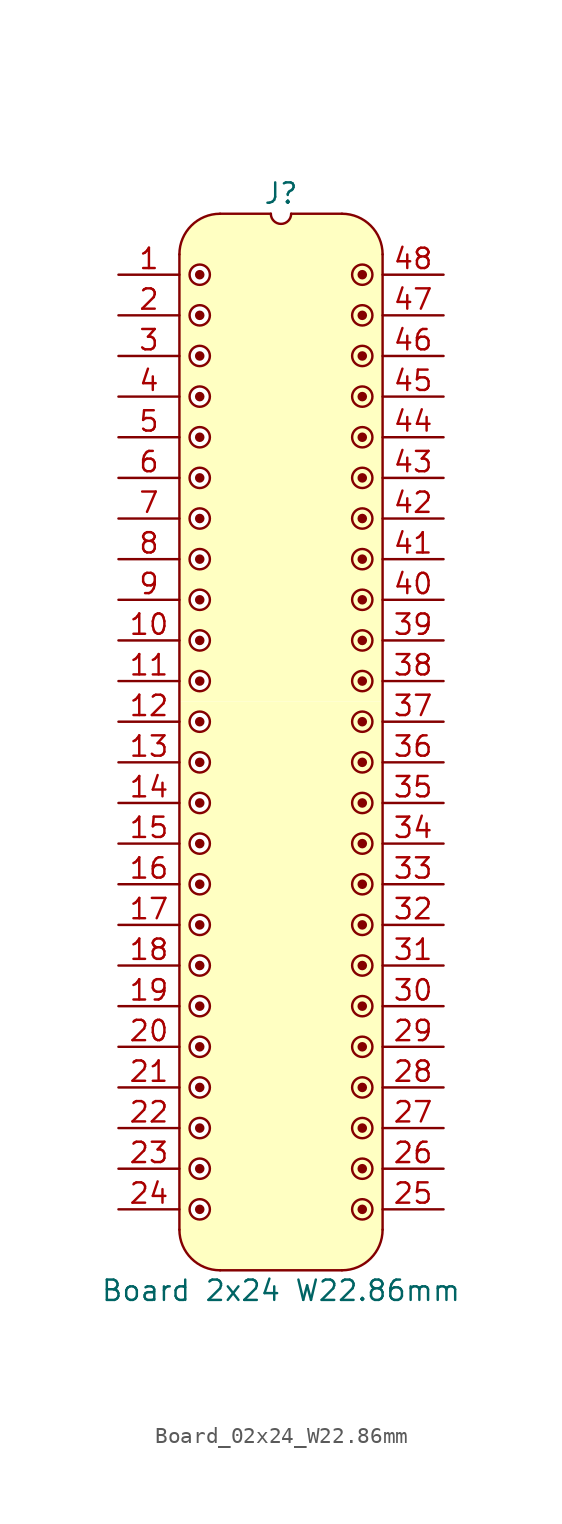
<source format=kicad_sym>
(kicad_symbol_lib
  (version 20241209)
  (generator "kicad_symbol_editor")
  (generator_version "9.0")
  (symbol "Board_02x24_W22.86mm"
    (pin_names
      (offset 1.016)
      (hide yes))
    (property "Reference" "J"
      (at 0 5.08 0)
      (effects (font (size 1.27 1.27))))
    (property "Value" "Board 2x24 W22.86mm"
      (at 0 -63.5 0)
      (effects (font (size 1.27 1.27))))
    (symbol "Board_02x24_W22.86mm_0_1"
      (polyline (pts (xy -6.35 1.27) (xy -6.35 -59.69)) (stroke (width 0) (type default)) (fill (type none)))
      (arc (start -3.8102 -62.2298) (mid -5.6063 -61.4859) (end -6.3502 -59.6898) (stroke (width 0) (type default)) (fill (type none)))
      (arc (start -6.35 1.27) (mid -5.6061 3.0661) (end -3.81 3.81) (stroke (width 0) (type default)) (fill (type none)))
      (polyline (pts (xy -3.81 3.81) (xy -0.635 3.81)) (stroke (width 0) (type default)) (fill (type none)))
      (arc (start 0.635 3.81) (mid 0 3.175) (end -0.635 3.81) (stroke (width 0) (type default)) (fill (type none)))
      (polyline (pts (xy 0.635 3.81) (xy 3.81 3.81)) (stroke (width 0) (type default)) (fill (type none)))
      (polyline (pts (xy 3.81 -62.23) (xy -3.81 -62.23)) (stroke (width 0) (type default)) (fill (type none)))
      (arc (start 3.81 3.81) (mid 5.6061 3.0661) (end 6.35 1.27) (stroke (width 0) (type default)) (fill (type none)))
      (arc (start 6.3498 -59.6898) (mid 5.6059 -61.4859) (end 3.8098 -62.2298) (stroke (width 0) (type default)) (fill (type none)))
      (polyline (pts (xy 6.35 -59.69) (xy 6.35 1.27)) (stroke (width 0) (type default)) (fill (type none))))
    (symbol "Board_02x24_W22.86mm_1_1"
      (polyline (pts (xy -6.35 1.27) (xy -6.096 2.286) (xy -5.588 3.048) (xy -4.826 3.556) (xy -4.064 3.81) (xy -0.762 3.81) (xy -0.508 3.302) (xy 0 3.048) (xy 0 -26.67) (xy -6.35 -26.67) (xy -6.35 1.27)) (stroke (width -0.0001) (type solid)) (fill (type background)))
      (polyline (pts (xy -6.35 -26.67) (xy 0 -26.67) (xy 0 -62.23) (xy -3.81 -62.23) (xy -4.826 -61.976) (xy -5.588 -61.468) (xy -6.096 -60.706) (xy -6.35 -59.69)) (stroke (width -0.0001) (type solid)) (fill (type background)))
      (circle (center -5.08 0) (radius 0.0001) (stroke (width 0.3) (type solid)) (fill (type none)))
      (circle (center -5.08 0) (radius 0.635) (stroke (width 0) (type solid)) (fill (type color) (color 255 255 255 1)))
      (circle (center -5.08 -2.54) (radius 0.0001) (stroke (width 0.3) (type solid)) (fill (type none)))
      (circle (center -5.08 -2.54) (radius 0.635) (stroke (width 0) (type solid)) (fill (type color) (color 255 255 255 1)))
      (circle (center -5.08 -5.08) (radius 0.0001) (stroke (width 0.3) (type solid)) (fill (type none)))
      (circle (center -5.08 -5.08) (radius 0.635) (stroke (width 0) (type solid)) (fill (type color) (color 255 255 255 1)))
      (circle (center -5.08 -7.62) (radius 0.0001) (stroke (width 0.3) (type solid)) (fill (type none)))
      (circle (center -5.08 -7.62) (radius 0.635) (stroke (width 0) (type solid)) (fill (type color) (color 255 255 255 1)))
      (circle (center -5.08 -10.16) (radius 0.0001) (stroke (width 0.3) (type solid)) (fill (type none)))
      (circle (center -5.08 -10.16) (radius 0.635) (stroke (width 0) (type solid)) (fill (type color) (color 255 255 255 1)))
      (circle (center -5.08 -12.7) (radius 0.0001) (stroke (width 0.3) (type solid)) (fill (type none)))
      (circle (center -5.08 -12.7) (radius 0.635) (stroke (width 0) (type solid)) (fill (type color) (color 255 255 255 1)))
      (circle (center -5.08 -15.24) (radius 0.0001) (stroke (width 0.3) (type solid)) (fill (type none)))
      (circle (center -5.08 -15.24) (radius 0.635) (stroke (width 0) (type solid)) (fill (type color) (color 255 255 255 1)))
      (circle (center -5.08 -17.78) (radius 0.0001) (stroke (width 0.3) (type solid)) (fill (type none)))
      (circle (center -5.08 -17.78) (radius 0.635) (stroke (width 0) (type solid)) (fill (type color) (color 255 255 255 1)))
      (circle (center -5.08 -20.32) (radius 0.0001) (stroke (width 0.3) (type solid)) (fill (type none)))
      (circle (center -5.08 -20.32) (radius 0.635) (stroke (width 0) (type solid)) (fill (type color) (color 255 255 255 1)))
      (circle (center -5.08 -22.86) (radius 0.0001) (stroke (width 0.3) (type solid)) (fill (type none)))
      (circle (center -5.08 -22.86) (radius 0.635) (stroke (width 0) (type solid)) (fill (type color) (color 255 255 255 1)))
      (circle (center -5.08 -25.4) (radius 0.0001) (stroke (width 0.3) (type solid)) (fill (type none)))
      (circle (center -5.08 -25.4) (radius 0.635) (stroke (width 0) (type solid)) (fill (type color) (color 255 255 255 1)))
      (circle (center -5.08 -27.94) (radius 0.0001) (stroke (width 0.3) (type solid)) (fill (type none)))
      (circle (center -5.08 -27.94) (radius 0.635) (stroke (width 0) (type solid)) (fill (type color) (color 255 255 255 1)))
      (circle (center -5.08 -30.48) (radius 0.0001) (stroke (width 0.3) (type solid)) (fill (type none)))
      (circle (center -5.08 -30.48) (radius 0.635) (stroke (width 0) (type solid)) (fill (type color) (color 255 255 255 1)))
      (circle (center -5.08 -33.02) (radius 0.0001) (stroke (width 0.3) (type solid)) (fill (type none)))
      (circle (center -5.08 -33.02) (radius 0.635) (stroke (width 0) (type solid)) (fill (type color) (color 255 255 255 1)))
      (circle (center -5.08 -35.56) (radius 0.0001) (stroke (width 0.3) (type solid)) (fill (type none)))
      (circle (center -5.08 -35.56) (radius 0.635) (stroke (width 0) (type solid)) (fill (type color) (color 255 255 255 1)))
      (circle (center -5.08 -38.1) (radius 0.0001) (stroke (width 0.3) (type solid)) (fill (type none)))
      (circle (center -5.08 -38.1) (radius 0.635) (stroke (width 0) (type solid)) (fill (type color) (color 255 255 255 1)))
      (circle (center -5.08 -40.64) (radius 0.0001) (stroke (width 0.3) (type solid)) (fill (type none)))
      (circle (center -5.08 -40.64) (radius 0.635) (stroke (width 0) (type solid)) (fill (type color) (color 255 255 255 1)))
      (circle (center -5.08 -43.18) (radius 0.0001) (stroke (width 0.3) (type solid)) (fill (type none)))
      (circle (center -5.08 -43.18) (radius 0.635) (stroke (width 0) (type solid)) (fill (type color) (color 255 255 255 1)))
      (circle (center -5.08 -45.72) (radius 0.0001) (stroke (width 0.3) (type solid)) (fill (type none)))
      (circle (center -5.08 -45.72) (radius 0.635) (stroke (width 0) (type solid)) (fill (type color) (color 255 255 255 1)))
      (circle (center -5.08 -48.26) (radius 0.0001) (stroke (width 0.3) (type solid)) (fill (type none)))
      (circle (center -5.08 -48.26) (radius 0.635) (stroke (width 0) (type solid)) (fill (type color) (color 255 255 255 1)))
      (circle (center -5.08 -50.8) (radius 0.0001) (stroke (width 0.3) (type solid)) (fill (type none)))
      (circle (center -5.08 -50.8) (radius 0.635) (stroke (width 0) (type solid)) (fill (type color) (color 255 255 255 1)))
      (circle (center -5.08 -53.34) (radius 0.0001) (stroke (width 0.3) (type solid)) (fill (type none)))
      (circle (center -5.08 -53.34) (radius 0.635) (stroke (width 0) (type solid)) (fill (type color) (color 255 255 255 1)))
      (circle (center -5.08 -55.88) (radius 0.0001) (stroke (width 0.3) (type solid)) (fill (type none)))
      (circle (center -5.08 -55.88) (radius 0.635) (stroke (width 0) (type solid)) (fill (type color) (color 255 255 255 1)))
      (circle (center -5.08 -58.42) (radius 0.0001) (stroke (width 0.3) (type solid)) (fill (type none)))
      (circle (center -5.08 -58.42) (radius 0.635) (stroke (width 0) (type solid)) (fill (type color) (color 255 255 255 1)))
      (circle (center 5.08 0) (radius 0.0001) (stroke (width 0.3) (type solid)) (fill (type none)))
      (circle (center 5.08 0) (radius 0.635) (stroke (width 0) (type solid)) (fill (type color) (color 255 255 255 1)))
      (circle (center 5.08 -2.54) (radius 0.0001) (stroke (width 0.3) (type solid)) (fill (type none)))
      (circle (center 5.08 -2.54) (radius 0.635) (stroke (width 0) (type solid)) (fill (type color) (color 255 255 255 1)))
      (circle (center 5.08 -5.08) (radius 0.0001) (stroke (width 0.3) (type solid)) (fill (type none)))
      (circle (center 5.08 -5.08) (radius 0.635) (stroke (width 0) (type solid)) (fill (type color) (color 255 255 255 1)))
      (circle (center 5.08 -7.62) (radius 0.0001) (stroke (width 0.3) (type solid)) (fill (type none)))
      (circle (center 5.08 -7.62) (radius 0.635) (stroke (width 0) (type solid)) (fill (type color) (color 255 255 255 1)))
      (circle (center 5.08 -10.16) (radius 0.0001) (stroke (width 0.3) (type solid)) (fill (type none)))
      (circle (center 5.08 -10.16) (radius 0.635) (stroke (width 0) (type solid)) (fill (type color) (color 255 255 255 1)))
      (circle (center 5.08 -12.7) (radius 0.0001) (stroke (width 0.3) (type solid)) (fill (type none)))
      (circle (center 5.08 -12.7) (radius 0.635) (stroke (width 0) (type solid)) (fill (type color) (color 255 255 255 1)))
      (circle (center 5.08 -15.24) (radius 0.0001) (stroke (width 0.3) (type solid)) (fill (type none)))
      (circle (center 5.08 -15.24) (radius 0.635) (stroke (width 0) (type solid)) (fill (type color) (color 255 255 255 1)))
      (circle (center 5.08 -17.78) (radius 0.0001) (stroke (width 0.3) (type solid)) (fill (type none)))
      (circle (center 5.08 -17.78) (radius 0.635) (stroke (width 0) (type solid)) (fill (type color) (color 255 255 255 1)))
      (circle (center 5.08 -20.32) (radius 0.0001) (stroke (width 0.3) (type solid)) (fill (type none)))
      (circle (center 5.08 -20.32) (radius 0.635) (stroke (width 0) (type solid)) (fill (type color) (color 255 255 255 1)))
      (circle (center 5.08 -22.86) (radius 0.0001) (stroke (width 0.3) (type solid)) (fill (type none)))
      (circle (center 5.08 -22.86) (radius 0.635) (stroke (width 0) (type solid)) (fill (type color) (color 255 255 255 1)))
      (circle (center 5.08 -25.4) (radius 0.0001) (stroke (width 0.3) (type solid)) (fill (type none)))
      (circle (center 5.08 -25.4) (radius 0.635) (stroke (width 0) (type solid)) (fill (type color) (color 255 255 255 1)))
      (circle (center 5.08 -27.94) (radius 0.0001) (stroke (width 0.3) (type solid)) (fill (type none)))
      (circle (center 5.08 -27.94) (radius 0.635) (stroke (width 0) (type solid)) (fill (type color) (color 255 255 255 1)))
      (circle (center 5.08 -30.48) (radius 0.0001) (stroke (width 0.3) (type solid)) (fill (type none)))
      (circle (center 5.08 -30.48) (radius 0.635) (stroke (width 0) (type solid)) (fill (type color) (color 255 255 255 1)))
      (circle (center 5.08 -33.02) (radius 0.0001) (stroke (width 0.3) (type solid)) (fill (type none)))
      (circle (center 5.08 -33.02) (radius 0.635) (stroke (width 0) (type solid)) (fill (type color) (color 255 255 255 1)))
      (circle (center 5.08 -35.56) (radius 0.0001) (stroke (width 0.3) (type solid)) (fill (type none)))
      (circle (center 5.08 -35.56) (radius 0.635) (stroke (width 0) (type solid)) (fill (type color) (color 255 255 255 1)))
      (circle (center 5.08 -38.1) (radius 0.0001) (stroke (width 0.3) (type solid)) (fill (type none)))
      (circle (center 5.08 -38.1) (radius 0.635) (stroke (width 0) (type solid)) (fill (type color) (color 255 255 255 1)))
      (circle (center 5.08 -40.64) (radius 0.0001) (stroke (width 0.3) (type solid)) (fill (type none)))
      (circle (center 5.08 -40.64) (radius 0.635) (stroke (width 0) (type solid)) (fill (type color) (color 255 255 255 1)))
      (circle (center 5.08 -43.18) (radius 0.0001) (stroke (width 0.3) (type solid)) (fill (type none)))
      (circle (center 5.08 -43.18) (radius 0.635) (stroke (width 0) (type solid)) (fill (type color) (color 255 255 255 1)))
      (circle (center 5.08 -45.72) (radius 0.0001) (stroke (width 0.3) (type solid)) (fill (type none)))
      (circle (center 5.08 -45.72) (radius 0.635) (stroke (width 0) (type solid)) (fill (type color) (color 255 255 255 1)))
      (circle (center 5.08 -48.26) (radius 0.0001) (stroke (width 0.3) (type solid)) (fill (type none)))
      (circle (center 5.08 -48.26) (radius 0.635) (stroke (width 0) (type solid)) (fill (type color) (color 255 255 255 1)))
      (circle (center 5.08 -50.8) (radius 0.0001) (stroke (width 0.3) (type solid)) (fill (type none)))
      (circle (center 5.08 -50.8) (radius 0.635) (stroke (width 0) (type solid)) (fill (type color) (color 255 255 255 1)))
      (circle (center 5.08 -53.34) (radius 0.0001) (stroke (width 0.3) (type solid)) (fill (type none)))
      (circle (center 5.08 -53.34) (radius 0.635) (stroke (width 0) (type solid)) (fill (type color) (color 255 255 255 1)))
      (circle (center 5.08 -55.88) (radius 0.0001) (stroke (width 0.3) (type solid)) (fill (type none)))
      (circle (center 5.08 -55.88) (radius 0.635) (stroke (width 0) (type solid)) (fill (type color) (color 255 255 255 1)))
      (circle (center 5.08 -58.42) (radius 0.0001) (stroke (width 0.3) (type solid)) (fill (type none)))
      (circle (center 5.08 -58.42) (radius 0.635) (stroke (width 0) (type solid)) (fill (type color) (color 255 255 255 1)))
      (polyline (pts (xy 6.35 1.27) (xy 6.096 2.286) (xy 5.588 3.048) (xy 4.826 3.556) (xy 4.064 3.81) (xy 0.762 3.81) (xy 0.508 3.302) (xy 0 3.048) (xy 0 -26.67) (xy 6.35 -26.67) (xy 6.35 1.27)) (stroke (width -0.0001) (type solid)) (fill (type background)))
      (polyline (pts (xy 6.35 -26.67) (xy 0 -26.67) (xy 0 -62.23) (xy 3.81 -62.23) (xy 4.826 -61.976) (xy 5.588 -61.468) (xy 6.096 -60.706) (xy 6.35 -59.69)) (stroke (width -0.0001) (type solid)) (fill (type background)))
      (pin passive line (at -10.16 0 0) (length 3.81) (name "" (effects (font (size 1.27 1.27)))) (number "1" (effects (font (size 1.27 1.27)))))
      (pin passive line (at -10.16 -2.54 0) (length 3.81) (name "" (effects (font (size 1.27 1.27)))) (number "2" (effects (font (size 1.27 1.27)))))
      (pin passive line (at -10.16 -5.08 0) (length 3.81) (name "" (effects (font (size 1.27 1.27)))) (number "3" (effects (font (size 1.27 1.27)))))
      (pin passive line (at -10.16 -7.62 0) (length 3.81) (name "" (effects (font (size 1.27 1.27)))) (number "4" (effects (font (size 1.27 1.27)))))
      (pin passive line (at -10.16 -10.16 0) (length 3.81) (name "" (effects (font (size 1.27 1.27)))) (number "5" (effects (font (size 1.27 1.27)))))
      (pin passive line (at -10.16 -12.7 0) (length 3.81) (name "" (effects (font (size 1.27 1.27)))) (number "6" (effects (font (size 1.27 1.27)))))
      (pin passive line (at -10.16 -15.24 0) (length 3.81) (name "" (effects (font (size 1.27 1.27)))) (number "7" (effects (font (size 1.27 1.27)))))
      (pin passive line (at -10.16 -17.78 0) (length 3.81) (name "" (effects (font (size 1.27 1.27)))) (number "8" (effects (font (size 1.27 1.27)))))
      (pin passive line (at -10.16 -20.32 0) (length 3.81) (name "" (effects (font (size 1.27 1.27)))) (number "9" (effects (font (size 1.27 1.27)))))
      (pin passive line (at -10.16 -22.86 0) (length 3.81) (name "" (effects (font (size 1.27 1.27)))) (number "10" (effects (font (size 1.27 1.27)))))
      (pin passive line (at -10.16 -25.4 0) (length 3.81) (name "" (effects (font (size 1.27 1.27)))) (number "11" (effects (font (size 1.27 1.27)))))
      (pin passive line (at -10.16 -27.94 0) (length 3.81) (name "" (effects (font (size 1.27 1.27)))) (number "12" (effects (font (size 1.27 1.27)))))
      (pin passive line (at -10.16 -30.48 0) (length 3.81) (name "" (effects (font (size 1.27 1.27)))) (number "13" (effects (font (size 1.27 1.27)))))
      (pin passive line (at -10.16 -33.02 0) (length 3.81) (name "" (effects (font (size 1.27 1.27)))) (number "14" (effects (font (size 1.27 1.27)))))
      (pin passive line (at -10.16 -35.56 0) (length 3.81) (name "" (effects (font (size 1.27 1.27)))) (number "15" (effects (font (size 1.27 1.27)))))
      (pin passive line (at -10.16 -38.1 0) (length 3.81) (name "" (effects (font (size 1.27 1.27)))) (number "16" (effects (font (size 1.27 1.27)))))
      (pin passive line (at -10.16 -40.64 0) (length 3.81) (name "" (effects (font (size 1.27 1.27)))) (number "17" (effects (font (size 1.27 1.27)))))
      (pin passive line (at -10.16 -43.18 0) (length 3.81) (name "" (effects (font (size 1.27 1.27)))) (number "18" (effects (font (size 1.27 1.27)))))
      (pin passive line (at -10.16 -45.72 0) (length 3.81) (name "" (effects (font (size 1.27 1.27)))) (number "19" (effects (font (size 1.27 1.27)))))
      (pin passive line (at -10.16 -48.26 0) (length 3.81) (name "" (effects (font (size 1.27 1.27)))) (number "20" (effects (font (size 1.27 1.27)))))
      (pin passive line (at -10.16 -50.8 0) (length 3.81) (name "" (effects (font (size 1.27 1.27)))) (number "21" (effects (font (size 1.27 1.27)))))
      (pin passive line (at -10.16 -53.34 0) (length 3.81) (name "" (effects (font (size 1.27 1.27)))) (number "22" (effects (font (size 1.27 1.27)))))
      (pin passive line (at -10.16 -55.88 0) (length 3.81) (name "" (effects (font (size 1.27 1.27)))) (number "23" (effects (font (size 1.27 1.27)))))
      (pin passive line (at -10.16 -58.42 0) (length 3.81) (name "" (effects (font (size 1.27 1.27)))) (number "24" (effects (font (size 1.27 1.27)))))
      (pin passive line (at 10.16 0 180) (length 3.81) (name "" (effects (font (size 1.27 1.27)))) (number "48" (effects (font (size 1.27 1.27)))))
      (pin passive line (at 10.16 -2.54 180) (length 3.81) (name "" (effects (font (size 1.27 1.27)))) (number "47" (effects (font (size 1.27 1.27)))))
      (pin passive line (at 10.16 -5.08 180) (length 3.81) (name "" (effects (font (size 1.27 1.27)))) (number "46" (effects (font (size 1.27 1.27)))))
      (pin passive line (at 10.16 -7.62 180) (length 3.81) (name "" (effects (font (size 1.27 1.27)))) (number "45" (effects (font (size 1.27 1.27)))))
      (pin passive line (at 10.16 -10.16 180) (length 3.81) (name "" (effects (font (size 1.27 1.27)))) (number "44" (effects (font (size 1.27 1.27)))))
      (pin passive line (at 10.16 -12.7 180) (length 3.81) (name "" (effects (font (size 1.27 1.27)))) (number "43" (effects (font (size 1.27 1.27)))))
      (pin passive line (at 10.16 -15.24 180) (length 3.81) (name "" (effects (font (size 1.27 1.27)))) (number "42" (effects (font (size 1.27 1.27)))))
      (pin passive line (at 10.16 -17.78 180) (length 3.81) (name "" (effects (font (size 1.27 1.27)))) (number "41" (effects (font (size 1.27 1.27)))))
      (pin passive line (at 10.16 -20.32 180) (length 3.81) (name "" (effects (font (size 1.27 1.27)))) (number "40" (effects (font (size 1.27 1.27)))))
      (pin passive line (at 10.16 -22.86 180) (length 3.81) (name "" (effects (font (size 1.27 1.27)))) (number "39" (effects (font (size 1.27 1.27)))))
      (pin passive line (at 10.16 -25.4 180) (length 3.81) (name "" (effects (font (size 1.27 1.27)))) (number "38" (effects (font (size 1.27 1.27)))))
      (pin passive line (at 10.16 -27.94 180) (length 3.81) (name "" (effects (font (size 1.27 1.27)))) (number "37" (effects (font (size 1.27 1.27)))))
      (pin passive line (at 10.16 -30.48 180) (length 3.81) (name "" (effects (font (size 1.27 1.27)))) (number "36" (effects (font (size 1.27 1.27)))))
      (pin passive line (at 10.16 -33.02 180) (length 3.81) (name "" (effects (font (size 1.27 1.27)))) (number "35" (effects (font (size 1.27 1.27)))))
      (pin passive line (at 10.16 -35.56 180) (length 3.81) (name "" (effects (font (size 1.27 1.27)))) (number "34" (effects (font (size 1.27 1.27)))))
      (pin passive line (at 10.16 -38.1 180) (length 3.81) (name "" (effects (font (size 1.27 1.27)))) (number "33" (effects (font (size 1.27 1.27)))))
      (pin passive line (at 10.16 -40.64 180) (length 3.81) (name "" (effects (font (size 1.27 1.27)))) (number "32" (effects (font (size 1.27 1.27)))))
      (pin passive line (at 10.16 -43.18 180) (length 3.81) (name "" (effects (font (size 1.27 1.27)))) (number "31" (effects (font (size 1.27 1.27)))))
      (pin passive line (at 10.16 -45.72 180) (length 3.81) (name "" (effects (font (size 1.27 1.27)))) (number "30" (effects (font (size 1.27 1.27)))))
      (pin passive line (at 10.16 -48.26 180) (length 3.81) (name "" (effects (font (size 1.27 1.27)))) (number "29" (effects (font (size 1.27 1.27)))))
      (pin passive line (at 10.16 -50.8 180) (length 3.81) (name "" (effects (font (size 1.27 1.27)))) (number "28" (effects (font (size 1.27 1.27)))))
      (pin passive line (at 10.16 -53.34 180) (length 3.81) (name "" (effects (font (size 1.27 1.27)))) (number "27" (effects (font (size 1.27 1.27)))))
      (pin passive line (at 10.16 -55.88 180) (length 3.81) (name "" (effects (font (size 1.27 1.27)))) (number "26" (effects (font (size 1.27 1.27)))))
      (pin passive line (at 10.16 -58.42 180) (length 3.81) (name "" (effects (font (size 1.27 1.27)))) (number "25" (effects (font (size 1.27 1.27))))))))
</source>
